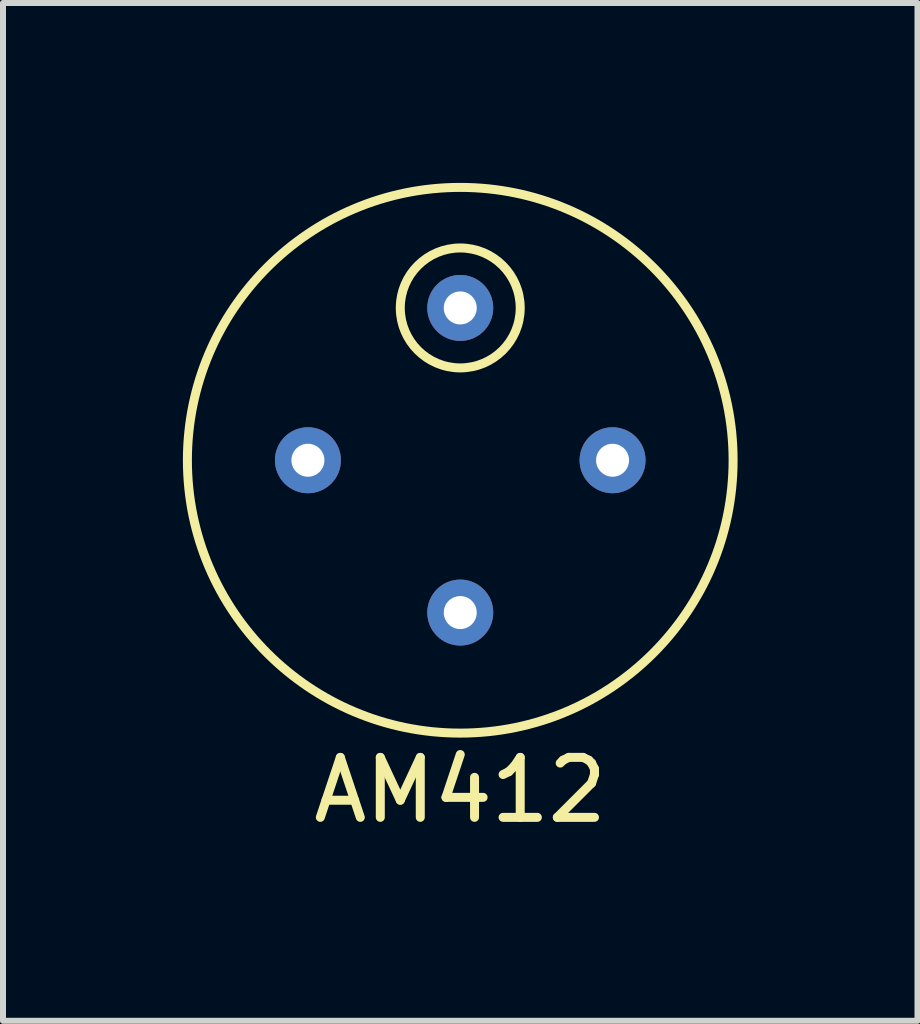
<source format=kicad_pcb>
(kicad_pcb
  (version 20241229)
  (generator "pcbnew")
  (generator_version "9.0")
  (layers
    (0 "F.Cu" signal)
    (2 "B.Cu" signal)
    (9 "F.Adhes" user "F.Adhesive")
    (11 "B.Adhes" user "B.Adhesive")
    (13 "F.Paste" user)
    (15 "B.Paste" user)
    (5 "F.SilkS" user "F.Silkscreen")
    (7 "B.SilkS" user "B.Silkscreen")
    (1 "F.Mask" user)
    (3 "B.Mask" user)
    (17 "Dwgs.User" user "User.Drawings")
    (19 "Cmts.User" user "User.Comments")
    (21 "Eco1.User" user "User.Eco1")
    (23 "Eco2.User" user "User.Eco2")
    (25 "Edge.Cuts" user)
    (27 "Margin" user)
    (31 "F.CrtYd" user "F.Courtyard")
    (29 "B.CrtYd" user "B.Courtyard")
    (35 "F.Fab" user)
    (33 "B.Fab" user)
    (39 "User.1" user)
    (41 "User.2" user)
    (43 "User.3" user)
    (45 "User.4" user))
  (footprint "AM412"
    (layer "F.Cu")
    (at 4.625 4.625)
    (property "Reference" "AM412" (at 0 5.5 0) (layer "F.SilkS") (effects (font (size 1 1) (thickness 0.15))))
    (attr through_hole)
    (fp_circle (center 0 -2.54) (end 1 -2.54) (stroke (width 0.15) (type solid)) (fill no) (layer "F.SilkS"))
    (fp_circle (center 0 0) (end 4.55 0) (stroke (width 0.15) (type solid)) (fill no) (layer "F.SilkS"))
    (pad "1" thru_hole circle (at 0 -2.54) (size 1.1 1.1) (drill 0.55) (layers "*.Cu" "*.Mask"))
    (pad "2" thru_hole circle (at 2.54 0) (size 1.1 1.1) (drill 0.55) (layers "*.Cu" "*.Mask"))
    (pad "3" thru_hole circle (at 0 2.54) (size 1.1 1.1) (drill 0.55) (layers "*.Cu" "*.Mask"))
    (pad "4" thru_hole circle (at -2.54 0) (size 1.1 1.1) (drill 0.55) (layers "*.Cu" "*.Mask")))
  (gr_rect
    (start -3 -3)
    (end 12.25 13.973)
    (stroke (width 0.1) (type default))
    (fill no)
    (layer "Edge.Cuts")))
</source>
